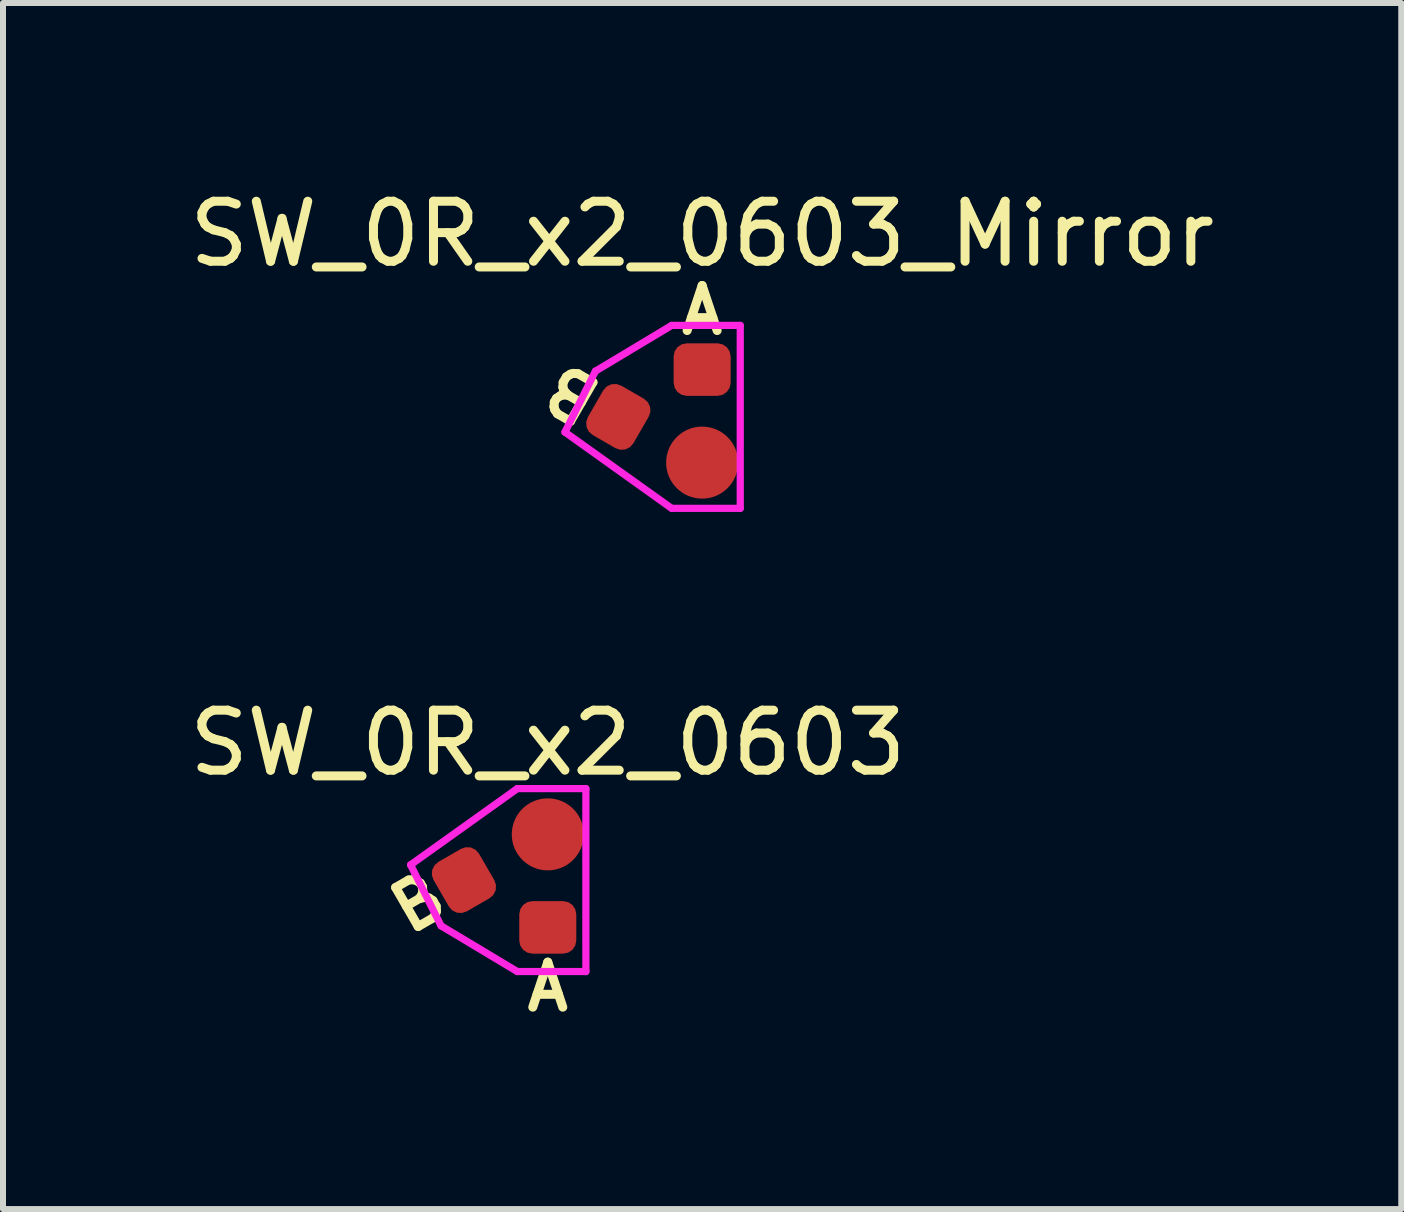
<source format=kicad_pcb>
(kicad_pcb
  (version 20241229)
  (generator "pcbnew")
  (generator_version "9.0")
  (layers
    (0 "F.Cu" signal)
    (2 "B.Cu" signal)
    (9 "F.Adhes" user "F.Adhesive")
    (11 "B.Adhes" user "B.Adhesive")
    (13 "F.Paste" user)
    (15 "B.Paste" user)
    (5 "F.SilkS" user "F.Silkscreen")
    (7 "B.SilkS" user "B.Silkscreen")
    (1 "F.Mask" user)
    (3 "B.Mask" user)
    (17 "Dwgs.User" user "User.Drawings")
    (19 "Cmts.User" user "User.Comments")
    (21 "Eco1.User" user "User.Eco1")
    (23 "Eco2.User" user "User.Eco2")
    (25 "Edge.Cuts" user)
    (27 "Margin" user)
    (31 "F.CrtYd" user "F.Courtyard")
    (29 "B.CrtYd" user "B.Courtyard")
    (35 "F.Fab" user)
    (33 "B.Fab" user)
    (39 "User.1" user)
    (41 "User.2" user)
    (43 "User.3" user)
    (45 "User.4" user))
  (footprint "SW_0R_x2_0603_Mirror"
    (layer "F.Cu")
    (at 8.649 4.658)
    (property "Reference" "SW_0R_x2_0603_Mirror" (at 0 -3.81 0) (layer "F.SilkS") (effects (font (size 1 1) (thickness 0.15))))
    (attr through_hole)
    (fp_line (start -2.286 -0.508) (end -0.508 0.762) (stroke (width 0.12) (type solid)) (layer "F.CrtYd"))
    (fp_line (start -1.778 -1.524) (end -2.286 -0.508) (stroke (width 0.12) (type solid)) (layer "F.CrtYd"))
    (fp_line (start -0.508 -2.286) (end -1.778 -1.524) (stroke (width 0.12) (type solid)) (layer "F.CrtYd"))
    (fp_line (start 0.635 -2.286) (end -0.508 -2.286) (stroke (width 0.12) (type solid)) (layer "F.CrtYd"))
    (fp_line (start 0.635 -2.286) (end 0.635 0.762) (stroke (width 0.12) (type solid)) (layer "F.CrtYd"))
    (fp_line (start 0.635 0.762) (end -0.508 0.762) (stroke (width 0.12) (type solid)) (layer "F.CrtYd"))
    (fp_text user "A" (at 0 -2.54 0) (layer "F.SilkS") (effects (font (size 0.75 0.75) (thickness 0.15))))
    (fp_text user "B" (at -2.159 -1.143 150) (unlocked yes) (layer "F.SilkS") (effects (font (size 0.75 0.75) (thickness 0.15))))
    (pad "1" smd roundrect (at 0 -1.55 90) (size 0.875 0.95) (layers "F.Cu" "F.Mask" "F.Paste") (roundrect_rratio 0.25))
    (pad "2" smd circle (at 0 0) (size 1.2 1.2) (layers "F.Cu" "F.Mask" "F.Paste"))
    (pad "3" smd roundrect (at -1.397 -0.762 150) (size 0.875 0.95) (layers "F.Cu" "F.Mask" "F.Paste") (roundrect_rratio 0.25)))
  (footprint "SW_0R_x2_0603"
    (layer "F.Cu")
    (at 6.077 10.852)
    (property "Reference" "SW_0R_x2_0603" (at 0 -1.524 0) (layer "F.SilkS") (effects (font (size 1 1) (thickness 0.15))))
    (attr through_hole)
    (fp_line (start -1.778 1.524) (end -2.286 0.508) (stroke (width 0.12) (type solid)) (layer "F.CrtYd"))
    (fp_line (start -0.508 -0.762) (end -2.286 0.508) (stroke (width 0.12) (type solid)) (layer "F.CrtYd"))
    (fp_line (start -0.508 2.286) (end -1.778 1.524) (stroke (width 0.12) (type solid)) (layer "F.CrtYd"))
    (fp_line (start 0.635 -0.762) (end -0.508 -0.762) (stroke (width 0.12) (type solid)) (layer "F.CrtYd"))
    (fp_line (start 0.635 -0.762) (end 0.635 2.286) (stroke (width 0.12) (type solid)) (layer "F.CrtYd"))
    (fp_line (start 0.635 2.286) (end -0.508 2.286) (stroke (width 0.12) (type solid)) (layer "F.CrtYd"))
    (fp_text user "A" (at 0 2.54 0) (layer "F.SilkS") (effects (font (size 0.75 0.75) (thickness 0.15))))
    (fp_text user "B" (at -2.159 1.143 210) (layer "F.SilkS") (effects (font (size 0.75 0.75) (thickness 0.15))))
    (pad "1" smd roundrect (at 0 1.55 90) (size 0.875 0.95) (layers "F.Cu" "F.Mask" "F.Paste") (roundrect_rratio 0.25))
    (pad "2" smd circle (at 0 0) (size 1.2 1.2) (layers "F.Cu" "F.Mask" "F.Paste"))
    (pad "3" smd roundrect (at -1.397 0.762 210) (size 0.875 0.95) (layers "F.Cu" "F.Mask" "F.Paste") (roundrect_rratio 0.25)))
  (gr_rect
    (start -3 -3)
    (end 20.298 17.095)
    (stroke (width 0.1) (type default))
    (fill no)
    (layer "Edge.Cuts")))
</source>
